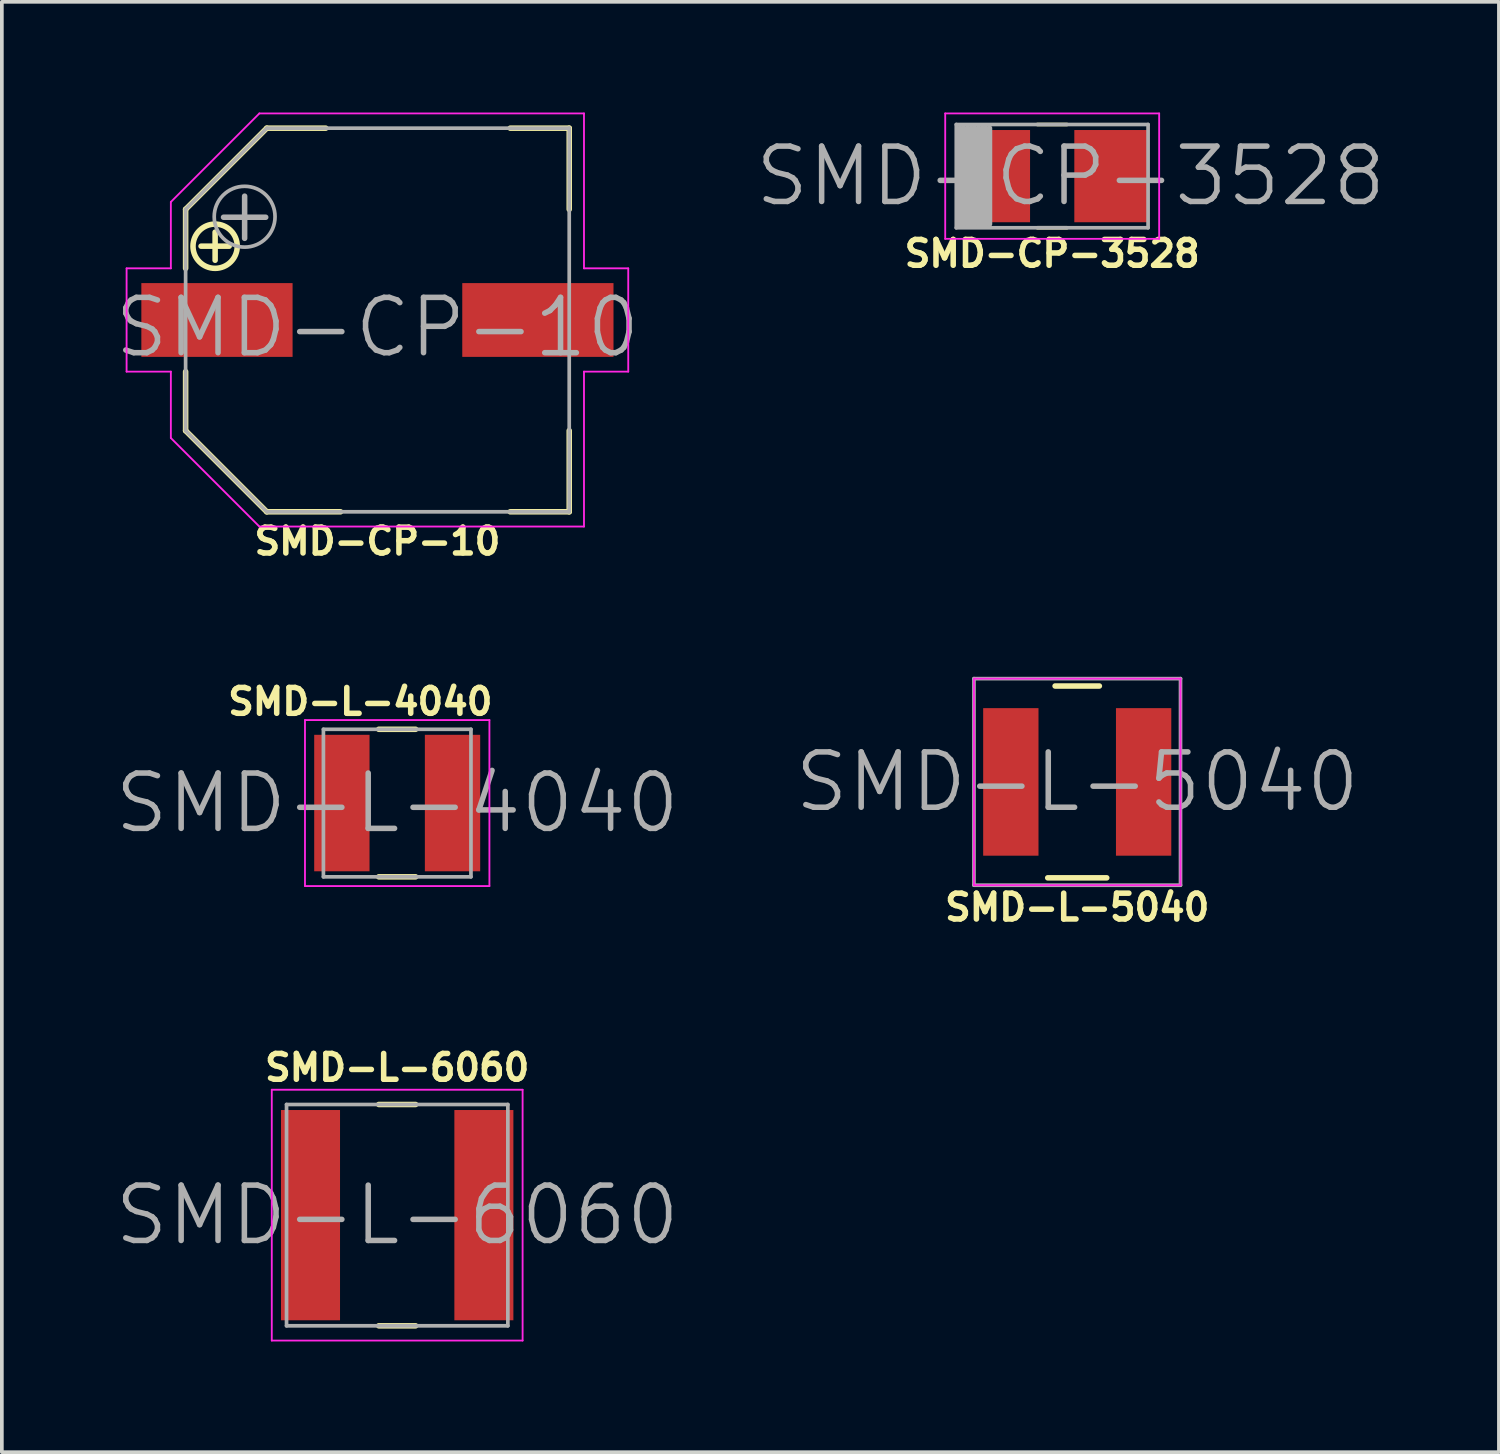
<source format=kicad_pcb>
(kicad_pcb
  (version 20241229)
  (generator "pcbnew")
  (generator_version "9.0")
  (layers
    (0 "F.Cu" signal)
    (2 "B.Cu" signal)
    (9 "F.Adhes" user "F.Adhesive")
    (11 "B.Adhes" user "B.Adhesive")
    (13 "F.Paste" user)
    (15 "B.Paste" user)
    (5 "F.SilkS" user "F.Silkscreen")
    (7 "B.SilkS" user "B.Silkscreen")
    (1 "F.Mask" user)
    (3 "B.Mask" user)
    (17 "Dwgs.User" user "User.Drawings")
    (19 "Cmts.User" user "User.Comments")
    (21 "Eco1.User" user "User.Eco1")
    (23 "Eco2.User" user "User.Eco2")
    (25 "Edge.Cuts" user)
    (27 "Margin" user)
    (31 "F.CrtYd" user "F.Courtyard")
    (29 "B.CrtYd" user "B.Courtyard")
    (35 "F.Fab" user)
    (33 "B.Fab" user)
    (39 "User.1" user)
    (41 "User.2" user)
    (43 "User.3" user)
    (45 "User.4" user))
  (footprint "SMD-CP-3528"
    (layer "F.Cu")
    (at 25.475 1.725)
    (property "Reference" "SMD-CP-3528" (at 0 2.1 0) (layer "F.SilkS") (effects (font (size 0.7 0.7) (thickness 0.15))))
    (attr through_hole)
    (fp_line (start -0.4 -1.4) (end 0.4 -1.4) (stroke (width 0.1) (type solid)) (layer "F.SilkS"))
    (fp_line (start -0.4 1.4) (end 0.4 1.4) (stroke (width 0.1) (type solid)) (layer "F.SilkS"))
    (fp_line (start -2.9 -1.7) (end 2.9 -1.7) (stroke (width 0.05) (type solid)) (layer "F.CrtYd"))
    (fp_line (start -2.9 1.7) (end -2.9 -1.7) (stroke (width 0.05) (type solid)) (layer "F.CrtYd"))
    (fp_line (start 2.9 -1.7) (end 2.9 1.7) (stroke (width 0.05) (type solid)) (layer "F.CrtYd"))
    (fp_line (start 2.9 1.7) (end -2.9 1.7) (stroke (width 0.05) (type solid)) (layer "F.CrtYd"))
    (fp_line (start -2.6 -1.4) (end 2.6 -1.4) (stroke (width 0.1) (type solid)) (layer "F.Fab"))
    (fp_line (start -2.6 1.4) (end -2.6 -1.4) (stroke (width 0.1) (type solid)) (layer "F.Fab"))
    (fp_line (start -2.5 -1.3) (end -2.5 1.3) (stroke (width 0.15) (type solid)) (layer "F.Fab"))
    (fp_line (start -2.4 1.3) (end -2.4 -1.3) (stroke (width 0.15) (type solid)) (layer "F.Fab"))
    (fp_line (start -2.3 -1.3) (end -2.3 1.3) (stroke (width 0.15) (type solid)) (layer "F.Fab"))
    (fp_line (start -2.2 1.3) (end -2.2 -1.3) (stroke (width 0.15) (type solid)) (layer "F.Fab"))
    (fp_line (start -2.1 1.3) (end -2.1 -1.3) (stroke (width 0.15) (type solid)) (layer "F.Fab"))
    (fp_line (start -2 -1.3) (end -2 1.3) (stroke (width 0.15) (type solid)) (layer "F.Fab"))
    (fp_line (start -1.9 1.3) (end -1.9 -1.3) (stroke (width 0.15) (type solid)) (layer "F.Fab"))
    (fp_line (start -1.8 -1.3) (end -1.8 1.3) (stroke (width 0.15) (type solid)) (layer "F.Fab"))
    (fp_line (start -1.7 1.3) (end -1.7 -1.3) (stroke (width 0.15) (type solid)) (layer "F.Fab"))
    (fp_line (start 2.6 -1.4) (end 2.6 1.4) (stroke (width 0.1) (type solid)) (layer "F.Fab"))
    (fp_line (start 2.6 1.4) (end -2.6 1.4) (stroke (width 0.1) (type solid)) (layer "F.Fab"))
    (fp_text user "${REFERENCE}" (at 0.5 0 0) (layer "F.Fab") (effects (font (size 1.5 1.5) (thickness 0.15))))
    (pad "+" smd rect (at -1.6 0) (size 2 2.5) (layers "F.Cu" "F.Mask" "F.Paste"))
    (pad "-" smd rect (at 1.6 0) (size 2 2.5) (layers "F.Cu" "F.Mask" "F.Paste")))
  (footprint "SMD-L-4040"
    (layer "F.Cu")
    (at 7.718 18.721)
    (property "Reference" "SMD-L-4040" (at -1 -2.75 0) (layer "F.SilkS") (effects (font (size 0.7 0.7) (thickness 0.15))))
    (attr smd)
    (fp_line (start -0.5 -2) (end 0.5 -2) (stroke (width 0.15) (type solid)) (layer "F.SilkS"))
    (fp_line (start -0.5 2) (end 0.5 2) (stroke (width 0.15) (type solid)) (layer "F.SilkS"))
    (fp_line (start -2.5 -2.25) (end -2.5 2.25) (stroke (width 0.05) (type solid)) (layer "F.CrtYd"))
    (fp_line (start -2.5 -2.25) (end 2.5 -2.25) (stroke (width 0.05) (type solid)) (layer "F.CrtYd"))
    (fp_line (start -2.5 2.25) (end 2.5 2.25) (stroke (width 0.05) (type solid)) (layer "F.CrtYd"))
    (fp_line (start 2.5 2.25) (end 2.5 -2.25) (stroke (width 0.05) (type solid)) (layer "F.CrtYd"))
    (fp_line (start -2 -2) (end 2 -2) (stroke (width 0.1) (type solid)) (layer "F.Fab"))
    (fp_line (start -2 2) (end -2 -2) (stroke (width 0.1) (type solid)) (layer "F.Fab"))
    (fp_line (start 2 -2) (end 2 2) (stroke (width 0.1) (type solid)) (layer "F.Fab"))
    (fp_line (start 2 2) (end -2 2) (stroke (width 0.1) (type solid)) (layer "F.Fab"))
    (fp_text user "${REFERENCE}" (at 0 0 0) (layer "F.Fab") (effects (font (size 1.5 1.5) (thickness 0.15))))
    (pad "1" smd rect (at -1.5 0) (size 1.5 3.7) (layers "F.Cu" "F.Mask" "F.Paste"))
    (pad "2" smd rect (at 1.5 0) (size 1.5 3.7) (layers "F.Cu" "F.Mask" "F.Paste")))
  (footprint "SMD-L-5040"
    (layer "F.Cu")
    (at 26.154 18.148)
    (property "Reference" "SMD-L-5040" (at 0 3.4 180) (layer "F.SilkS") (effects (font (size 0.7 0.7) (thickness 0.15))))
    (attr through_hole)
    (fp_line (start -0.8 2.6) (end 0.8 2.6) (stroke (width 0.15) (type solid)) (layer "F.SilkS"))
    (fp_line (start -0.6 -2.6) (end 0.6 -2.6) (stroke (width 0.15) (type solid)) (layer "F.SilkS"))
    (fp_line (start -2.8 -2.8) (end -2.8 2.8) (stroke (width 0.05) (type solid)) (layer "F.CrtYd"))
    (fp_line (start -2.8 -2.8) (end 2.8 -2.8) (stroke (width 0.05) (type solid)) (layer "F.CrtYd"))
    (fp_line (start -2.8 2.8) (end 2.8 2.8) (stroke (width 0.05) (type solid)) (layer "F.CrtYd"))
    (fp_line (start 2.8 2.8) (end 2.8 -2.8) (stroke (width 0.05) (type solid)) (layer "F.CrtYd"))
    (fp_line (start -2.8 -2.8) (end 2.8 -2.8) (stroke (width 0.1) (type solid)) (layer "F.Fab"))
    (fp_line (start -2.8 2.8) (end -2.8 -2.8) (stroke (width 0.1) (type solid)) (layer "F.Fab"))
    (fp_line (start 2.8 -2.8) (end 2.8 2.8) (stroke (width 0.1) (type solid)) (layer "F.Fab"))
    (fp_line (start 2.8 2.8) (end -2.8 2.8) (stroke (width 0.1) (type solid)) (layer "F.Fab"))
    (fp_text user "${REFERENCE}" (at 0 0 0) (layer "F.Fab") (effects (font (size 1.5 1.5) (thickness 0.15))))
    (pad "1" smd rect (at -1.8 0) (size 1.5 4) (layers "F.Cu" "F.Mask" "F.Paste"))
    (pad "2" smd rect (at 1.8 0) (size 1.5 4) (layers "F.Cu" "F.Mask" "F.Paste")))
  (footprint "SMD-CP-10"
    (layer "F.Cu")
    (at 7.182 5.625)
    (property "Reference" "SMD-CP-10" (at 0 6 180) (layer "F.SilkS") (effects (font (size 0.7 0.7) (thickness 0.15))))
    (attr through_hole)
    (fp_line (start -5.2 -3) (end -3 -5.2) (stroke (width 0.15) (type solid)) (layer "F.SilkS"))
    (fp_line (start -5.2 -1.4) (end -5.2 -3) (stroke (width 0.15) (type solid)) (layer "F.SilkS"))
    (fp_line (start -5.2 3) (end -5.2 1.4) (stroke (width 0.15) (type solid)) (layer "F.SilkS"))
    (fp_line (start -3 -5.2) (end -1.4 -5.2) (stroke (width 0.15) (type solid)) (layer "F.SilkS"))
    (fp_line (start -3 5.2) (end -5.2 3) (stroke (width 0.15) (type solid)) (layer "F.SilkS"))
    (fp_line (start -3 5.2) (end -1 5.2) (stroke (width 0.15) (type solid)) (layer "F.SilkS"))
    (fp_line (start 5.2 -5.2) (end 3.6 -5.2) (stroke (width 0.15) (type solid)) (layer "F.SilkS"))
    (fp_line (start 5.2 -5.2) (end 5.2 -3) (stroke (width 0.15) (type solid)) (layer "F.SilkS"))
    (fp_line (start 5.2 5.2) (end 3.6 5.2) (stroke (width 0.15) (type solid)) (layer "F.SilkS"))
    (fp_line (start 5.2 5.2) (end 5.2 3) (stroke (width 0.15) (type solid)) (layer "F.SilkS"))
    (fp_circle (center -4.4 -2) (end -5 -2) (stroke (width 0.15) (type solid)) (fill no) (layer "F.SilkS"))
    (fp_line (start -6.8 -1.4) (end -6.8 1.4) (stroke (width 0.05) (type solid)) (layer "F.CrtYd"))
    (fp_line (start -6.8 1.4) (end -5.6 1.4) (stroke (width 0.05) (type solid)) (layer "F.CrtYd"))
    (fp_line (start -5.6 -3.2) (end -5.6 -1.4) (stroke (width 0.05) (type solid)) (layer "F.CrtYd"))
    (fp_line (start -5.6 -1.4) (end -6.8 -1.4) (stroke (width 0.05) (type solid)) (layer "F.CrtYd"))
    (fp_line (start -5.6 1.4) (end -5.6 3.2) (stroke (width 0.05) (type solid)) (layer "F.CrtYd"))
    (fp_line (start -5.6 3.2) (end -3.2 5.6) (stroke (width 0.05) (type solid)) (layer "F.CrtYd"))
    (fp_line (start -3.2 -5.6) (end -5.6 -3.2) (stroke (width 0.05) (type solid)) (layer "F.CrtYd"))
    (fp_line (start -3.2 5.6) (end 5.6 5.6) (stroke (width 0.05) (type solid)) (layer "F.CrtYd"))
    (fp_line (start 5.6 -5.6) (end -3.2 -5.6) (stroke (width 0.05) (type solid)) (layer "F.CrtYd"))
    (fp_line (start 5.6 -1.4) (end 5.6 -5.6) (stroke (width 0.05) (type solid)) (layer "F.CrtYd"))
    (fp_line (start 5.6 1.4) (end 6.8 1.4) (stroke (width 0.05) (type solid)) (layer "F.CrtYd"))
    (fp_line (start 5.6 5.6) (end 5.6 1.4) (stroke (width 0.05) (type solid)) (layer "F.CrtYd"))
    (fp_line (start 6.8 -1.4) (end 5.6 -1.4) (stroke (width 0.05) (type solid)) (layer "F.CrtYd"))
    (fp_line (start 6.8 1.4) (end 6.8 -1.4) (stroke (width 0.05) (type solid)) (layer "F.CrtYd"))
    (fp_line (start -5.2 -3) (end -3 -5.2) (stroke (width 0.1) (type solid)) (layer "F.Fab"))
    (fp_line (start -5.2 3) (end -5.2 -3) (stroke (width 0.1) (type solid)) (layer "F.Fab"))
    (fp_line (start -3 -5.2) (end 5.2 -5.2) (stroke (width 0.1) (type solid)) (layer "F.Fab"))
    (fp_line (start -3 5.2) (end -5.2 3) (stroke (width 0.1) (type solid)) (layer "F.Fab"))
    (fp_line (start 5.2 -5.2) (end 5.2 5.2) (stroke (width 0.1) (type solid)) (layer "F.Fab"))
    (fp_line (start 5.2 5.2) (end -3 5.2) (stroke (width 0.1) (type solid)) (layer "F.Fab"))
    (fp_circle (center -3.6 -2.8) (end -2.8 -2.6) (stroke (width 0.1) (type solid)) (fill no) (layer "F.Fab"))
    (fp_text user "+" (at -4.4 -2.075 0) (layer "F.SilkS") (effects (font (size 1 1) (thickness 0.15))))
    (fp_text user "${REFERENCE}" (at 0 0.2 0) (layer "F.Fab") (effects (font (size 1.5 1.5) (thickness 0.15))))
    (fp_text user "+" (at -3.6 -2.9 0) (layer "F.Fab") (effects (font (size 1.5 1.5) (thickness 0.15))))
    (pad "+" smd rect (at -4.35 0) (size 4.1 2) (layers "F.Cu" "F.Mask" "F.Paste"))
    (pad "-" smd rect (at 4.35 0) (size 4.1 2) (layers "F.Cu" "F.Mask" "F.Paste")))
  (footprint "SMD-L-6060"
    (layer "F.Cu")
    (at 7.718 29.893)
    (property "Reference" "SMD-L-6060" (at 0 -4 0) (layer "F.SilkS") (effects (font (size 0.7 0.7) (thickness 0.15))))
    (attr through_hole)
    (fp_line (start -0.5 -3) (end 0.5 -3) (stroke (width 0.15) (type solid)) (layer "F.SilkS"))
    (fp_line (start -0.5 3) (end 0.5 3) (stroke (width 0.15) (type solid)) (layer "F.SilkS"))
    (fp_line (start -3.4 -3.4) (end -3.4 3.4) (stroke (width 0.05) (type solid)) (layer "F.CrtYd"))
    (fp_line (start -3.4 -3.4) (end 3.4 -3.4) (stroke (width 0.05) (type solid)) (layer "F.CrtYd"))
    (fp_line (start -3.4 3.4) (end 3.4 3.4) (stroke (width 0.05) (type solid)) (layer "F.CrtYd"))
    (fp_line (start 3.4 3.4) (end 3.4 -3.4) (stroke (width 0.05) (type solid)) (layer "F.CrtYd"))
    (fp_line (start -3 -3) (end 3 -3) (stroke (width 0.1) (type solid)) (layer "F.Fab"))
    (fp_line (start -3 3) (end -3 -3) (stroke (width 0.1) (type solid)) (layer "F.Fab"))
    (fp_line (start 3 -3) (end 3 3) (stroke (width 0.1) (type solid)) (layer "F.Fab"))
    (fp_line (start 3 3) (end -3 3) (stroke (width 0.1) (type solid)) (layer "F.Fab"))
    (fp_text user "${REFERENCE}" (at 0 0 0) (layer "F.Fab") (effects (font (size 1.5 1.5) (thickness 0.15))))
    (pad "1" smd rect (at -2.35 0) (size 1.6 5.7) (layers "F.Cu" "F.Mask" "F.Paste"))
    (pad "2" smd rect (at 2.35 0) (size 1.6 5.7) (layers "F.Cu" "F.Mask" "F.Paste")))
  (gr_rect
    (start -3 -3)
    (end 37.586 36.318)
    (stroke (width 0.1) (type default))
    (fill no)
    (layer "Edge.Cuts")))
</source>
